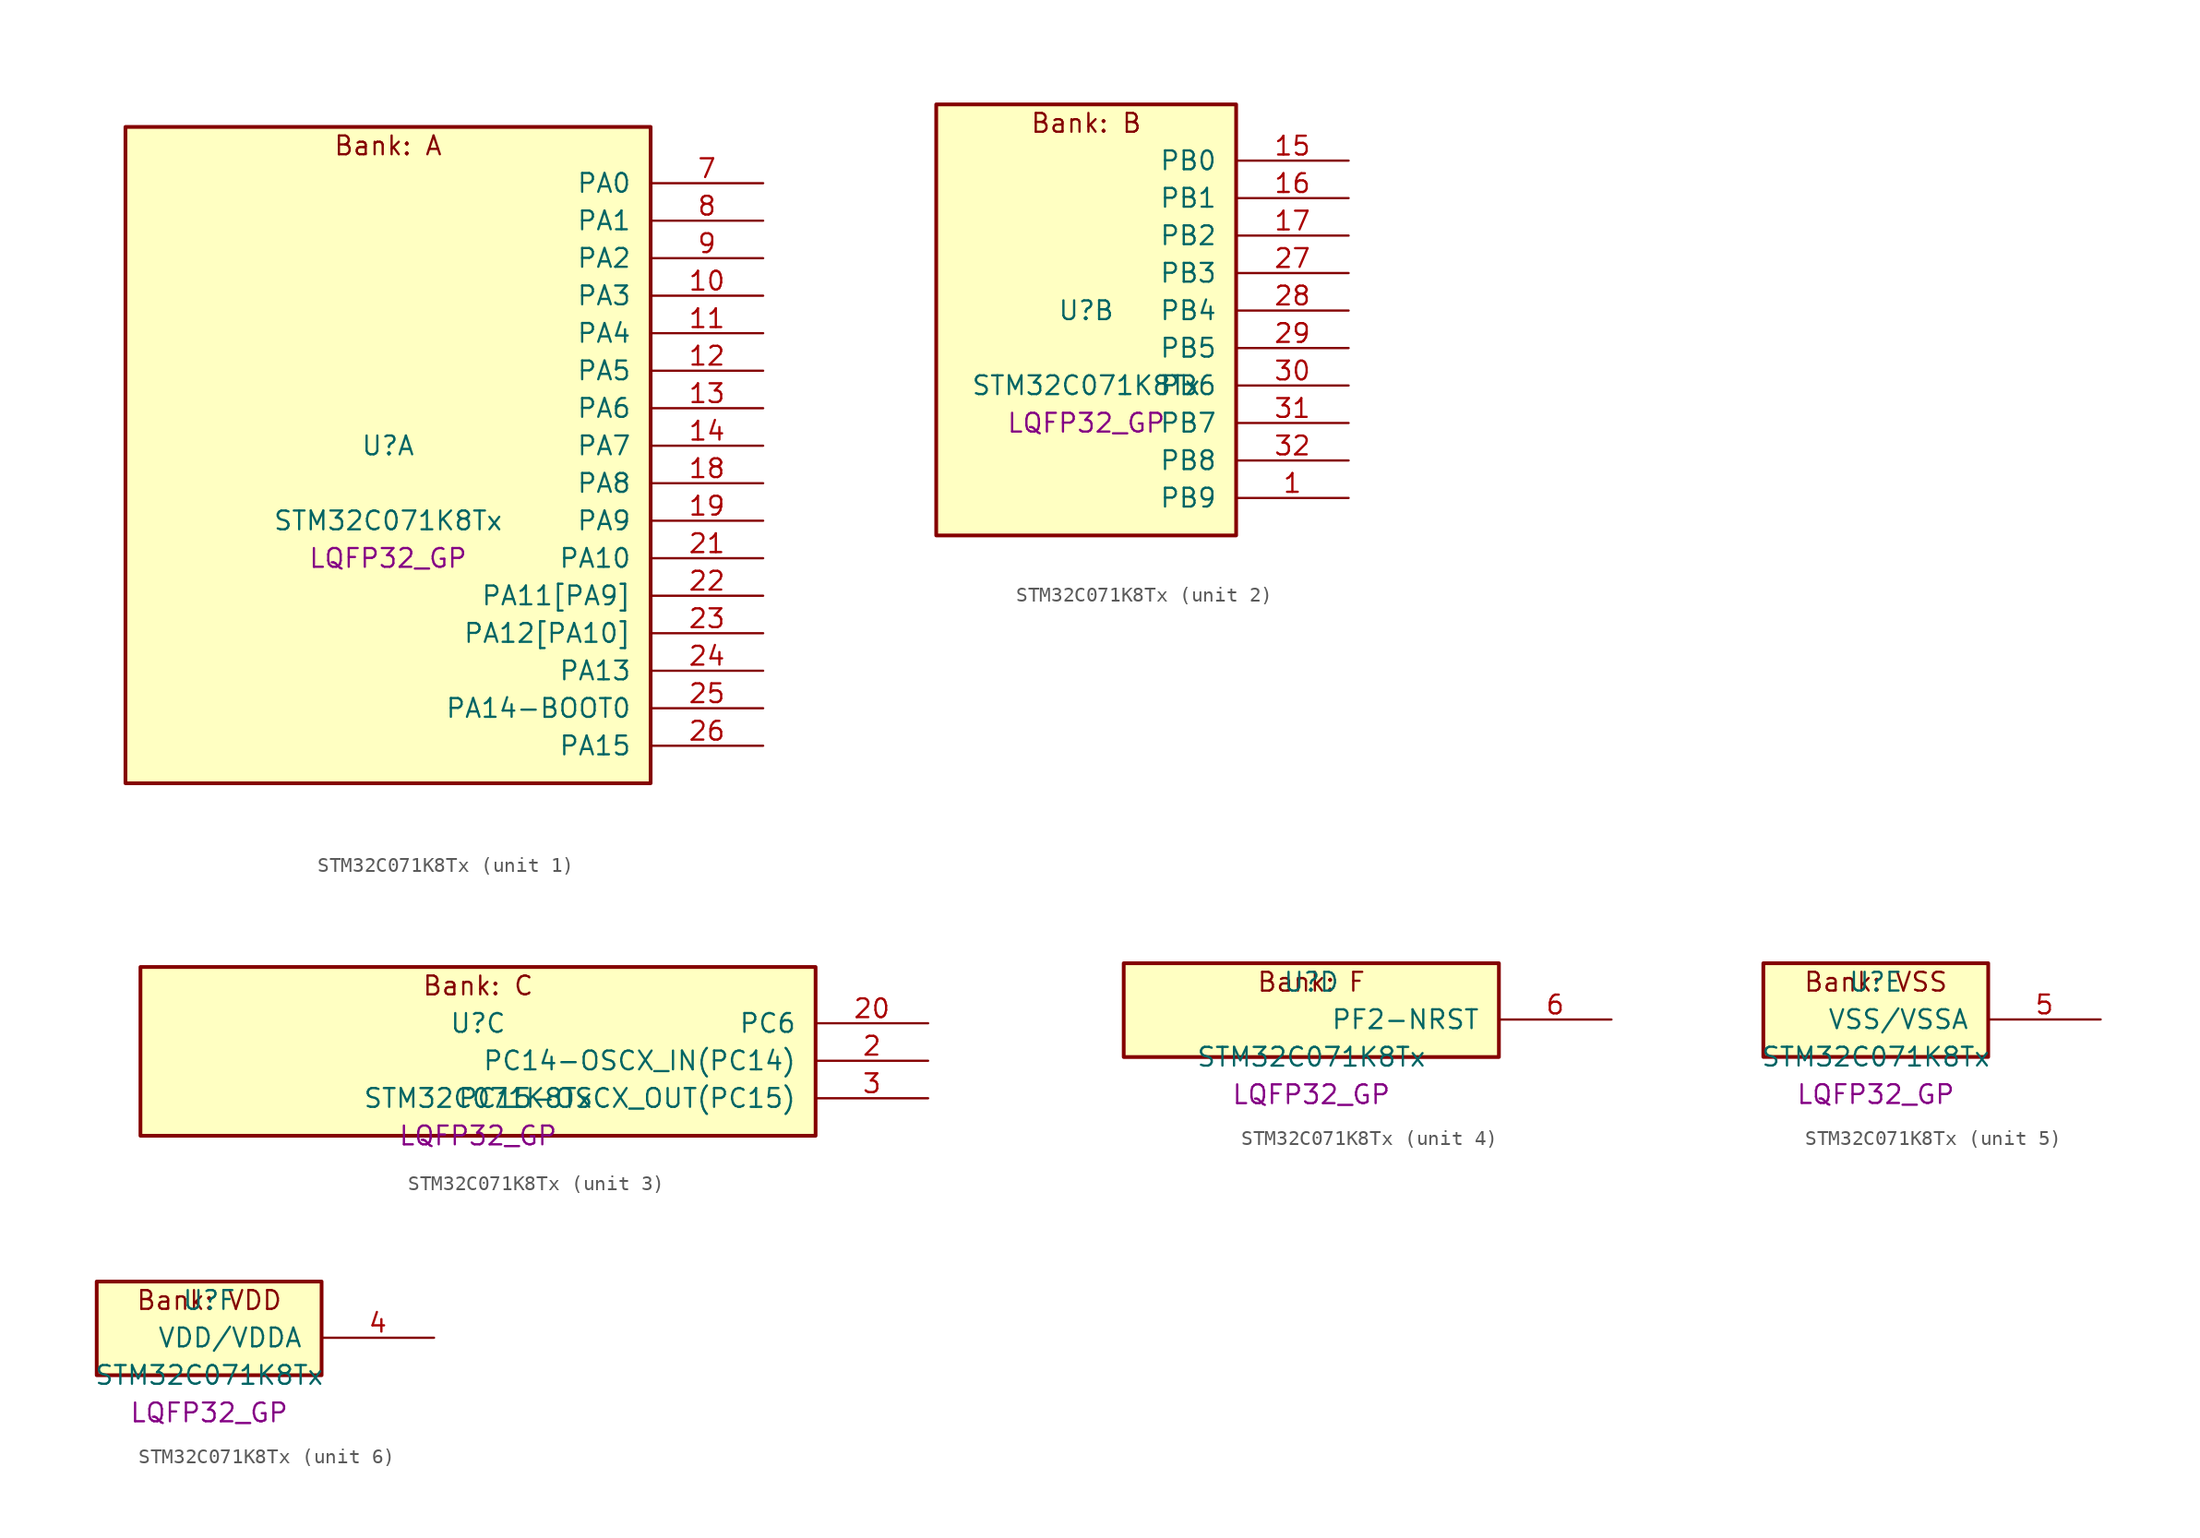
<source format=kicad_sym>
(kicad_symbol_lib
  (version 20241209)
  (generator "stm32_pkl_generator")
  (generator_version "1.0")
  (symbol "STM32C071K8Tx"
    (pin_names
      (offset 1.27))
    (property "Reference" "U"
      (at 0 2.54 0))
    (property "Value" "STM32C071K8Tx"
      (at 0 -2.54 0))
    (property "Footprint" "LQFP32_GP"
      (at 0 -5.08 0))
    (symbol "STM32C071K8Tx_1_1"
      (rectangle (start -17.78 24.13) (end 17.78 -20.32) (stroke (width 0.254) (type solid)) (fill (type background)))
      (text "Bank: A" (at 0 22.86 0))
      (pin bidirectional line (at 25.4 20.32 180) (length 7.62) (name "PA0") (number "7") (alternate "PA0/ADC1_IN0" bidirectional line) (alternate "PA0/PWR_WKUP1" bidirectional line) (alternate "PA0/SPI2_SCK" bidirectional line) (alternate "PA0/TIM16_CH1" bidirectional line) (alternate "PA0/TIM1_CH1" bidirectional line) (alternate "PA0/TIM2_CH1" bidirectional line) (alternate "PA0/TIM2_ETR" bidirectional line) (alternate "PA0/USART1_TX" bidirectional line) (alternate "PA0/USART2_CTS" bidirectional line) (alternate "PA0/USART2_NSS" bidirectional line))
      (pin bidirectional line (at 25.4 17.78 180) (length 7.62) (name "PA1") (number "8") (alternate "PA1/ADC1_IN1" bidirectional line) (alternate "PA1/I2C1_SMBA" bidirectional line) (alternate "PA1/I2S1_CK" bidirectional line) (alternate "PA1/SPI1_SCK" bidirectional line) (alternate "PA1/TIM17_CH1" bidirectional line) (alternate "PA1/TIM1_CH2" bidirectional line) (alternate "PA1/TIM2_CH2" bidirectional line) (alternate "PA1/USART1_RX" bidirectional line) (alternate "PA1/USART2_CK" bidirectional line) (alternate "PA1/USART2_DE" bidirectional line) (alternate "PA1/USART2_RTS" bidirectional line))
      (pin bidirectional line (at 25.4 15.24 180) (length 7.62) (name "PA2") (number "9") (alternate "PA2/ADC1_IN2" bidirectional line) (alternate "PA2/I2S1_SD" bidirectional line) (alternate "PA2/PWR_WKUP4" bidirectional line) (alternate "PA2/RCC_LSCO" bidirectional line) (alternate "PA2/SPI1_MOSI" bidirectional line) (alternate "PA2/TIM16_CH1N" bidirectional line) (alternate "PA2/TIM1_CH3" bidirectional line) (alternate "PA2/TIM2_CH3" bidirectional line) (alternate "PA2/TIM3_ETR" bidirectional line) (alternate "PA2/USART2_TX" bidirectional line))
      (pin bidirectional line (at 25.4 12.7 180) (length 7.62) (name "PA3") (number "10") (alternate "PA3/ADC1_IN3" bidirectional line) (alternate "PA3/SPI2_MISO" bidirectional line) (alternate "PA3/TIM1_CH1N" bidirectional line) (alternate "PA3/TIM1_CH4" bidirectional line) (alternate "PA3/TIM2_CH4" bidirectional line) (alternate "PA3/USART2_RX" bidirectional line))
      (pin bidirectional line (at 25.4 10.16 180) (length 7.62) (name "PA4") (number "11") (alternate "PA4/ADC1_IN4" bidirectional line) (alternate "PA4/I2S1_WS" bidirectional line) (alternate "PA4/PWR_WKUP2" bidirectional line) (alternate "PA4/RTC_OUT1" bidirectional line) (alternate "PA4/RTC_TS" bidirectional line) (alternate "PA4/SPI1_NSS" bidirectional line) (alternate "PA4/SPI2_MOSI" bidirectional line) (alternate "PA4/TIM14_CH1" bidirectional line) (alternate "PA4/TIM17_CH1N" bidirectional line) (alternate "PA4/TIM1_CH2N" bidirectional line) (alternate "PA4/USART2_TX" bidirectional line) (alternate "PA4/USB_NOE" bidirectional line))
      (pin bidirectional line (at 25.4 7.62 180) (length 7.62) (name "PA5") (number "12") (alternate "PA5/ADC1_IN5" bidirectional line) (alternate "PA5/I2S1_CK" bidirectional line) (alternate "PA5/SPI1_SCK" bidirectional line) (alternate "PA5/TIM1_CH1" bidirectional line) (alternate "PA5/TIM1_CH3N" bidirectional line) (alternate "PA5/TIM2_CH1" bidirectional line) (alternate "PA5/TIM2_ETR" bidirectional line) (alternate "PA5/USART2_RX" bidirectional line))
      (pin bidirectional line (at 25.4 5.08 180) (length 7.62) (name "PA6") (number "13") (alternate "PA6/ADC1_IN6" bidirectional line) (alternate "PA6/I2C2_SDA" bidirectional line) (alternate "PA6/I2S1_MCK" bidirectional line) (alternate "PA6/SPI1_MISO" bidirectional line) (alternate "PA6/TIM16_CH1" bidirectional line) (alternate "PA6/TIM1_BKIN" bidirectional line) (alternate "PA6/TIM3_CH1" bidirectional line))
      (pin bidirectional line (at 25.4 2.54 180) (length 7.62) (name "PA7") (number "14") (alternate "PA7/ADC1_IN7" bidirectional line) (alternate "PA7/I2C2_SCL" bidirectional line) (alternate "PA7/I2S1_SD" bidirectional line) (alternate "PA7/SPI1_MOSI" bidirectional line) (alternate "PA7/TIM14_CH1" bidirectional line) (alternate "PA7/TIM17_CH1" bidirectional line) (alternate "PA7/TIM1_CH1N" bidirectional line) (alternate "PA7/TIM3_CH2" bidirectional line))
      (pin bidirectional line (at 25.4 0 180) (length 7.62) (name "PA8") (number "18") (alternate "PA8/ADC1_IN8" bidirectional line) (alternate "PA8/CRS_SYNC" bidirectional line) (alternate "PA8/I2S1_WS" bidirectional line) (alternate "PA8/RCC_MCO" bidirectional line) (alternate "PA8/RCC_MCO_2" bidirectional line) (alternate "PA8/SPI1_NSS" bidirectional line) (alternate "PA8/SPI2_MISO" bidirectional line) (alternate "PA8/SPI2_NSS" bidirectional line) (alternate "PA8/TIM14_CH1" bidirectional line) (alternate "PA8/TIM1_CH1" bidirectional line) (alternate "PA8/TIM1_CH2N" bidirectional line) (alternate "PA8/TIM1_CH3N" bidirectional line) (alternate "PA8/TIM3_CH3" bidirectional line) (alternate "PA8/TIM3_CH4" bidirectional line) (alternate "PA8/USART1_RX" bidirectional line) (alternate "PA8/USART2_TX" bidirectional line))
      (pin bidirectional line (at 25.4 -2.54 180) (length 7.62) (name "PA9") (number "19") (alternate "PA9/I2C1_SCL" bidirectional line) (alternate "PA9/I2C2_SCL" bidirectional line) (alternate "PA9/RCC_MCO" bidirectional line) (alternate "PA9/SPI2_MISO" bidirectional line) (alternate "PA9/TIM1_CH2" bidirectional line) (alternate "PA9/TIM3_ETR" bidirectional line) (alternate "PA9/USART1_TX" bidirectional line) (alternate "PA9/NC" bidirectional line))
      (pin bidirectional line (at 25.4 -5.08 180) (length 7.62) (name "PA10") (number "21") (alternate "PA10/I2C1_SDA" bidirectional line) (alternate "PA10/I2C2_SDA" bidirectional line) (alternate "PA10/RCC_MCO_2" bidirectional line) (alternate "PA10/SPI2_MOSI" bidirectional line) (alternate "PA10/TIM17_BKIN" bidirectional line) (alternate "PA10/TIM1_CH3" bidirectional line) (alternate "PA10/USART1_RX" bidirectional line) (alternate "PA10/NC" bidirectional line))
      (pin bidirectional line (at 25.4 -7.62 180) (length 7.62) (name "PA11[PA9]") (number "22") (alternate "PA11[PA9]/ADC1_EXTI11" bidirectional line) (alternate "PA11[PA9]/I2C2_SCL" bidirectional line) (alternate "PA11[PA9]/I2S1_MCK" bidirectional line) (alternate "PA11[PA9]/SPI1_MISO" bidirectional line) (alternate "PA11[PA9]/TIM1_BKIN2" bidirectional line) (alternate "PA11[PA9]/TIM1_CH4" bidirectional line) (alternate "PA11[PA9]/USART1_CTS" bidirectional line) (alternate "PA11[PA9]/USART1_NSS" bidirectional line) (alternate "PA11[PA9]/USB_DM" bidirectional line) (alternate "PA11[PA9]/PA9[PA11]" bidirectional line) (alternate "PA11[PA9]/I2C1_SCL" bidirectional line) (alternate "PA11[PA9]/RCC_MCO" bidirectional line) (alternate "PA11[PA9]/SPI2_MISO" bidirectional line) (alternate "PA11[PA9]/TIM1_CH2" bidirectional line) (alternate "PA11[PA9]/TIM3_ETR" bidirectional line) (alternate "PA11[PA9]/USART1_TX" bidirectional line))
      (pin bidirectional line (at 25.4 -10.16 180) (length 7.62) (name "PA12[PA10]") (number "23") (alternate "PA12[PA10]/I2C2_SDA" bidirectional line) (alternate "PA12[PA10]/I2S1_SD" bidirectional line) (alternate "PA12[PA10]/I2S_CKIN" bidirectional line) (alternate "PA12[PA10]/SPI1_MOSI" bidirectional line) (alternate "PA12[PA10]/TIM1_ETR" bidirectional line) (alternate "PA12[PA10]/USART1_CK" bidirectional line) (alternate "PA12[PA10]/USART1_DE" bidirectional line) (alternate "PA12[PA10]/USART1_RTS" bidirectional line) (alternate "PA12[PA10]/USB_DP" bidirectional line) (alternate "PA12[PA10]/PA10[PA12]" bidirectional line) (alternate "PA12[PA10]/I2C1_SDA" bidirectional line) (alternate "PA12[PA10]/RCC_MCO_2" bidirectional line) (alternate "PA12[PA10]/SPI2_MOSI" bidirectional line) (alternate "PA12[PA10]/TIM17_BKIN" bidirectional line) (alternate "PA12[PA10]/TIM1_CH3" bidirectional line) (alternate "PA12[PA10]/USART1_RX" bidirectional line))
      (pin bidirectional line (at 25.4 -12.7 180) (length 7.62) (name "PA13") (number "24") (alternate "PA13/ADC1_IN13" bidirectional line) (alternate "PA13/DEBUG_SWDIO" bidirectional line) (alternate "PA13/IR_OUT" bidirectional line) (alternate "PA13/TIM3_ETR" bidirectional line) (alternate "PA13/USART2_RX" bidirectional line) (alternate "PA13/USB_NOE" bidirectional line))
      (pin bidirectional line (at 25.4 -15.24 180) (length 7.62) (name "PA14-BOOT0") (number "25") (alternate "PA14-BOOT0/ADC1_IN14" bidirectional line) (alternate "PA14-BOOT0/DEBUG_SWCLK" bidirectional line) (alternate "PA14-BOOT0/I2S1_WS" bidirectional line) (alternate "PA14-BOOT0/RCC_MCO_2" bidirectional line) (alternate "PA14-BOOT0/SPI1_NSS" bidirectional line) (alternate "PA14-BOOT0/TIM1_CH1" bidirectional line) (alternate "PA14-BOOT0/USART1_CK" bidirectional line) (alternate "PA14-BOOT0/USART1_DE" bidirectional line) (alternate "PA14-BOOT0/USART1_RTS" bidirectional line) (alternate "PA14-BOOT0/USART2_RX" bidirectional line) (alternate "PA14-BOOT0/USART2_TX" bidirectional line))
      (pin bidirectional line (at 25.4 -17.78 180) (length 7.62) (name "PA15") (number "26") (alternate "PA15/I2S1_WS" bidirectional line) (alternate "PA15/RCC_MCO_2" bidirectional line) (alternate "PA15/SPI1_NSS" bidirectional line) (alternate "PA15/TIM1_CH1" bidirectional line) (alternate "PA15/TIM2_CH1" bidirectional line) (alternate "PA15/TIM2_ETR" bidirectional line) (alternate "PA15/USART1_CK" bidirectional line) (alternate "PA15/USART1_DE" bidirectional line) (alternate "PA15/USART1_RTS" bidirectional line) (alternate "PA15/USART2_RX" bidirectional line) (alternate "PA15/USB_NOE" bidirectional line)))
    (symbol "STM32C071K8Tx_2_1"
      (rectangle (start -10.16 16.51) (end 10.16 -12.7) (stroke (width 0.254) (type solid)) (fill (type background)))
      (text "Bank: B" (at 0 15.24 0))
      (pin bidirectional line (at 17.78 12.7 180) (length 7.62) (name "PB0") (number "15") (alternate "PB0/ADC1_IN17" bidirectional line) (alternate "PB0/I2S1_WS" bidirectional line) (alternate "PB0/SPI1_NSS" bidirectional line) (alternate "PB0/TIM1_CH2N" bidirectional line) (alternate "PB0/TIM3_CH3" bidirectional line))
      (pin bidirectional line (at 17.78 10.16 180) (length 7.62) (name "PB1") (number "16") (alternate "PB1/ADC1_IN18" bidirectional line) (alternate "PB1/TIM14_CH1" bidirectional line) (alternate "PB1/TIM1_CH2N" bidirectional line) (alternate "PB1/TIM1_CH3N" bidirectional line) (alternate "PB1/TIM3_CH4" bidirectional line))
      (pin bidirectional line (at 17.78 7.62 180) (length 7.62) (name "PB2") (number "17") (alternate "PB2/ADC1_IN19" bidirectional line) (alternate "PB2/RCC_MCO_2" bidirectional line) (alternate "PB2/SPI2_MISO" bidirectional line) (alternate "PB2/USART1_RX" bidirectional line))
      (pin bidirectional line (at 17.78 5.08 180) (length 7.62) (name "PB3") (number "27") (alternate "PB3/I2C2_SCL" bidirectional line) (alternate "PB3/I2S1_CK" bidirectional line) (alternate "PB3/SPI1_SCK" bidirectional line) (alternate "PB3/TIM1_CH2" bidirectional line) (alternate "PB3/TIM2_CH2" bidirectional line) (alternate "PB3/TIM3_CH2" bidirectional line) (alternate "PB3/USART1_CK" bidirectional line) (alternate "PB3/USART1_DE" bidirectional line) (alternate "PB3/USART1_RTS" bidirectional line))
      (pin bidirectional line (at 17.78 2.54 180) (length 7.62) (name "PB4") (number "28") (alternate "PB4/I2C2_SDA" bidirectional line) (alternate "PB4/I2S1_MCK" bidirectional line) (alternate "PB4/SPI1_MISO" bidirectional line) (alternate "PB4/TIM17_BKIN" bidirectional line) (alternate "PB4/TIM3_CH1" bidirectional line) (alternate "PB4/USART1_CTS" bidirectional line) (alternate "PB4/USART1_NSS" bidirectional line))
      (pin bidirectional line (at 17.78 0 180) (length 7.62) (name "PB5") (number "29") (alternate "PB5/I2C1_SMBA" bidirectional line) (alternate "PB5/I2S1_SD" bidirectional line) (alternate "PB5/PWR_WKUP6" bidirectional line) (alternate "PB5/SPI1_MOSI" bidirectional line) (alternate "PB5/TIM16_BKIN" bidirectional line) (alternate "PB5/TIM3_CH2" bidirectional line) (alternate "PB5/TIM3_CH3" bidirectional line))
      (pin bidirectional line (at 17.78 -2.54 180) (length 7.62) (name "PB6") (number "30") (alternate "PB6/I2C1_SCL" bidirectional line) (alternate "PB6/I2C1_SMBA" bidirectional line) (alternate "PB6/I2S1_CK" bidirectional line) (alternate "PB6/I2S1_MCK" bidirectional line) (alternate "PB6/I2S1_SD" bidirectional line) (alternate "PB6/PWR_WKUP3" bidirectional line) (alternate "PB6/SPI1_MISO" bidirectional line) (alternate "PB6/SPI1_MOSI" bidirectional line) (alternate "PB6/SPI1_SCK" bidirectional line) (alternate "PB6/SPI2_MISO" bidirectional line) (alternate "PB6/TIM16_BKIN" bidirectional line) (alternate "PB6/TIM16_CH1N" bidirectional line) (alternate "PB6/TIM17_BKIN" bidirectional line) (alternate "PB6/TIM1_CH2" bidirectional line) (alternate "PB6/TIM1_CH3" bidirectional line) (alternate "PB6/TIM3_CH1" bidirectional line) (alternate "PB6/TIM3_CH2" bidirectional line) (alternate "PB6/TIM3_CH3" bidirectional line) (alternate "PB6/USART1_CTS" bidirectional line) (alternate "PB6/USART1_NSS" bidirectional line) (alternate "PB6/USART1_TX" bidirectional line))
      (pin bidirectional line (at 17.78 -5.08 180) (length 7.62) (name "PB7") (number "31") (alternate "PB7/I2C1_SCL" bidirectional line) (alternate "PB7/I2C1_SDA" bidirectional line) (alternate "PB7/RTC_REFIN" bidirectional line) (alternate "PB7/SPI2_MOSI" bidirectional line) (alternate "PB7/TIM16_CH1" bidirectional line) (alternate "PB7/TIM17_CH1N" bidirectional line) (alternate "PB7/TIM1_CH4" bidirectional line) (alternate "PB7/TIM3_CH1" bidirectional line) (alternate "PB7/TIM3_CH4" bidirectional line) (alternate "PB7/USART1_RX" bidirectional line) (alternate "PB7/USART2_CTS" bidirectional line) (alternate "PB7/USART2_NSS" bidirectional line))
      (pin bidirectional line (at 17.78 -7.62 180) (length 7.62) (name "PB8") (number "32") (alternate "PB8/I2C1_SCL" bidirectional line) (alternate "PB8/SPI2_SCK" bidirectional line) (alternate "PB8/TIM16_CH1" bidirectional line) (alternate "PB8/TIM3_CH1" bidirectional line) (alternate "PB8/USART2_CTS" bidirectional line) (alternate "PB8/USART2_NSS" bidirectional line))
      (pin bidirectional line (at 17.78 -10.16 180) (length 7.62) (name "PB9") (number "1") (alternate "PB9/I2C1_SDA" bidirectional line) (alternate "PB9/IR_OUT" bidirectional line) (alternate "PB9/SPI2_NSS" bidirectional line) (alternate "PB9/TIM17_CH1" bidirectional line) (alternate "PB9/TIM3_CH2" bidirectional line) (alternate "PB9/USART2_CK" bidirectional line) (alternate "PB9/USART2_DE" bidirectional line) (alternate "PB9/USART2_RTS" bidirectional line)))
    (symbol "STM32C071K8Tx_3_1"
      (rectangle (start -22.86 6.35) (end 22.86 -5.08) (stroke (width 0.254) (type solid)) (fill (type background)))
      (text "Bank: C" (at 0 5.08 0))
      (pin bidirectional line (at 30.48 2.54 180) (length 7.62) (name "PC6") (number "20") (alternate "PC6/TIM2_CH3" bidirectional line) (alternate "PC6/TIM3_CH1" bidirectional line))
      (pin bidirectional line (at 30.48 0 180) (length 7.62) (name "PC14-OSCX_IN(PC14)") (number "2") (alternate "PC14-OSCX_IN(PC14)/I2C1_SDA" bidirectional line) (alternate "PC14-OSCX_IN(PC14)/IR_OUT" bidirectional line) (alternate "PC14-OSCX_IN(PC14)/RCC_OSCX_IN" bidirectional line) (alternate "PC14-OSCX_IN(PC14)/SPI2_NSS" bidirectional line) (alternate "PC14-OSCX_IN(PC14)/TIM17_CH1" bidirectional line) (alternate "PC14-OSCX_IN(PC14)/TIM1_BKIN2" bidirectional line) (alternate "PC14-OSCX_IN(PC14)/TIM1_ETR" bidirectional line) (alternate "PC14-OSCX_IN(PC14)/TIM3_CH2" bidirectional line) (alternate "PC14-OSCX_IN(PC14)/USART1_TX" bidirectional line) (alternate "PC14-OSCX_IN(PC14)/USART2_CK" bidirectional line) (alternate "PC14-OSCX_IN(PC14)/USART2_DE" bidirectional line) (alternate "PC14-OSCX_IN(PC14)/USART2_RTS" bidirectional line))
      (pin bidirectional line (at 30.48 -2.54 180) (length 7.62) (name "PC15-OSCX_OUT(PC15)") (number "3") (alternate "PC15-OSCX_OUT(PC15)/RCC_OSC32_EN" bidirectional line) (alternate "PC15-OSCX_OUT(PC15)/RCC_OSCX_OUT" bidirectional line) (alternate "PC15-OSCX_OUT(PC15)/RCC_OSC_EN" bidirectional line) (alternate "PC15-OSCX_OUT(PC15)/TIM1_ETR" bidirectional line) (alternate "PC15-OSCX_OUT(PC15)/TIM3_CH3" bidirectional line)))
    (symbol "STM32C071K8Tx_4_1"
      (rectangle (start -12.7 3.81) (end 12.7 -2.54) (stroke (width 0.254) (type solid)) (fill (type background)))
      (text "Bank: F" (at 0 2.54 0))
      (pin bidirectional line (at 20.32 0 180) (length 7.62) (name "PF2-NRST") (number "6") (alternate "PF2-NRST/RCC_MCO" bidirectional line) (alternate "PF2-NRST/TIM1_CH4" bidirectional line)))
    (symbol "STM32C071K8Tx_5_1"
      (rectangle (start -7.62 3.81) (end 7.62 -2.54) (stroke (width 0.254) (type solid)) (fill (type background)))
      (text "Bank: VSS" (at 0 2.54 0))
      (pin power_in line (at 15.24 0 180) (length 7.62) (name "VSS/VSSA") (number "5")))
    (symbol "STM32C071K8Tx_6_1"
      (rectangle (start -7.62 3.81) (end 7.62 -2.54) (stroke (width 0.254) (type solid)) (fill (type background)))
      (text "Bank: VDD" (at 0 2.54 0))
      (pin power_in line (at 15.24 0 180) (length 7.62) (name "VDD/VDDA") (number "4")))))
</source>
